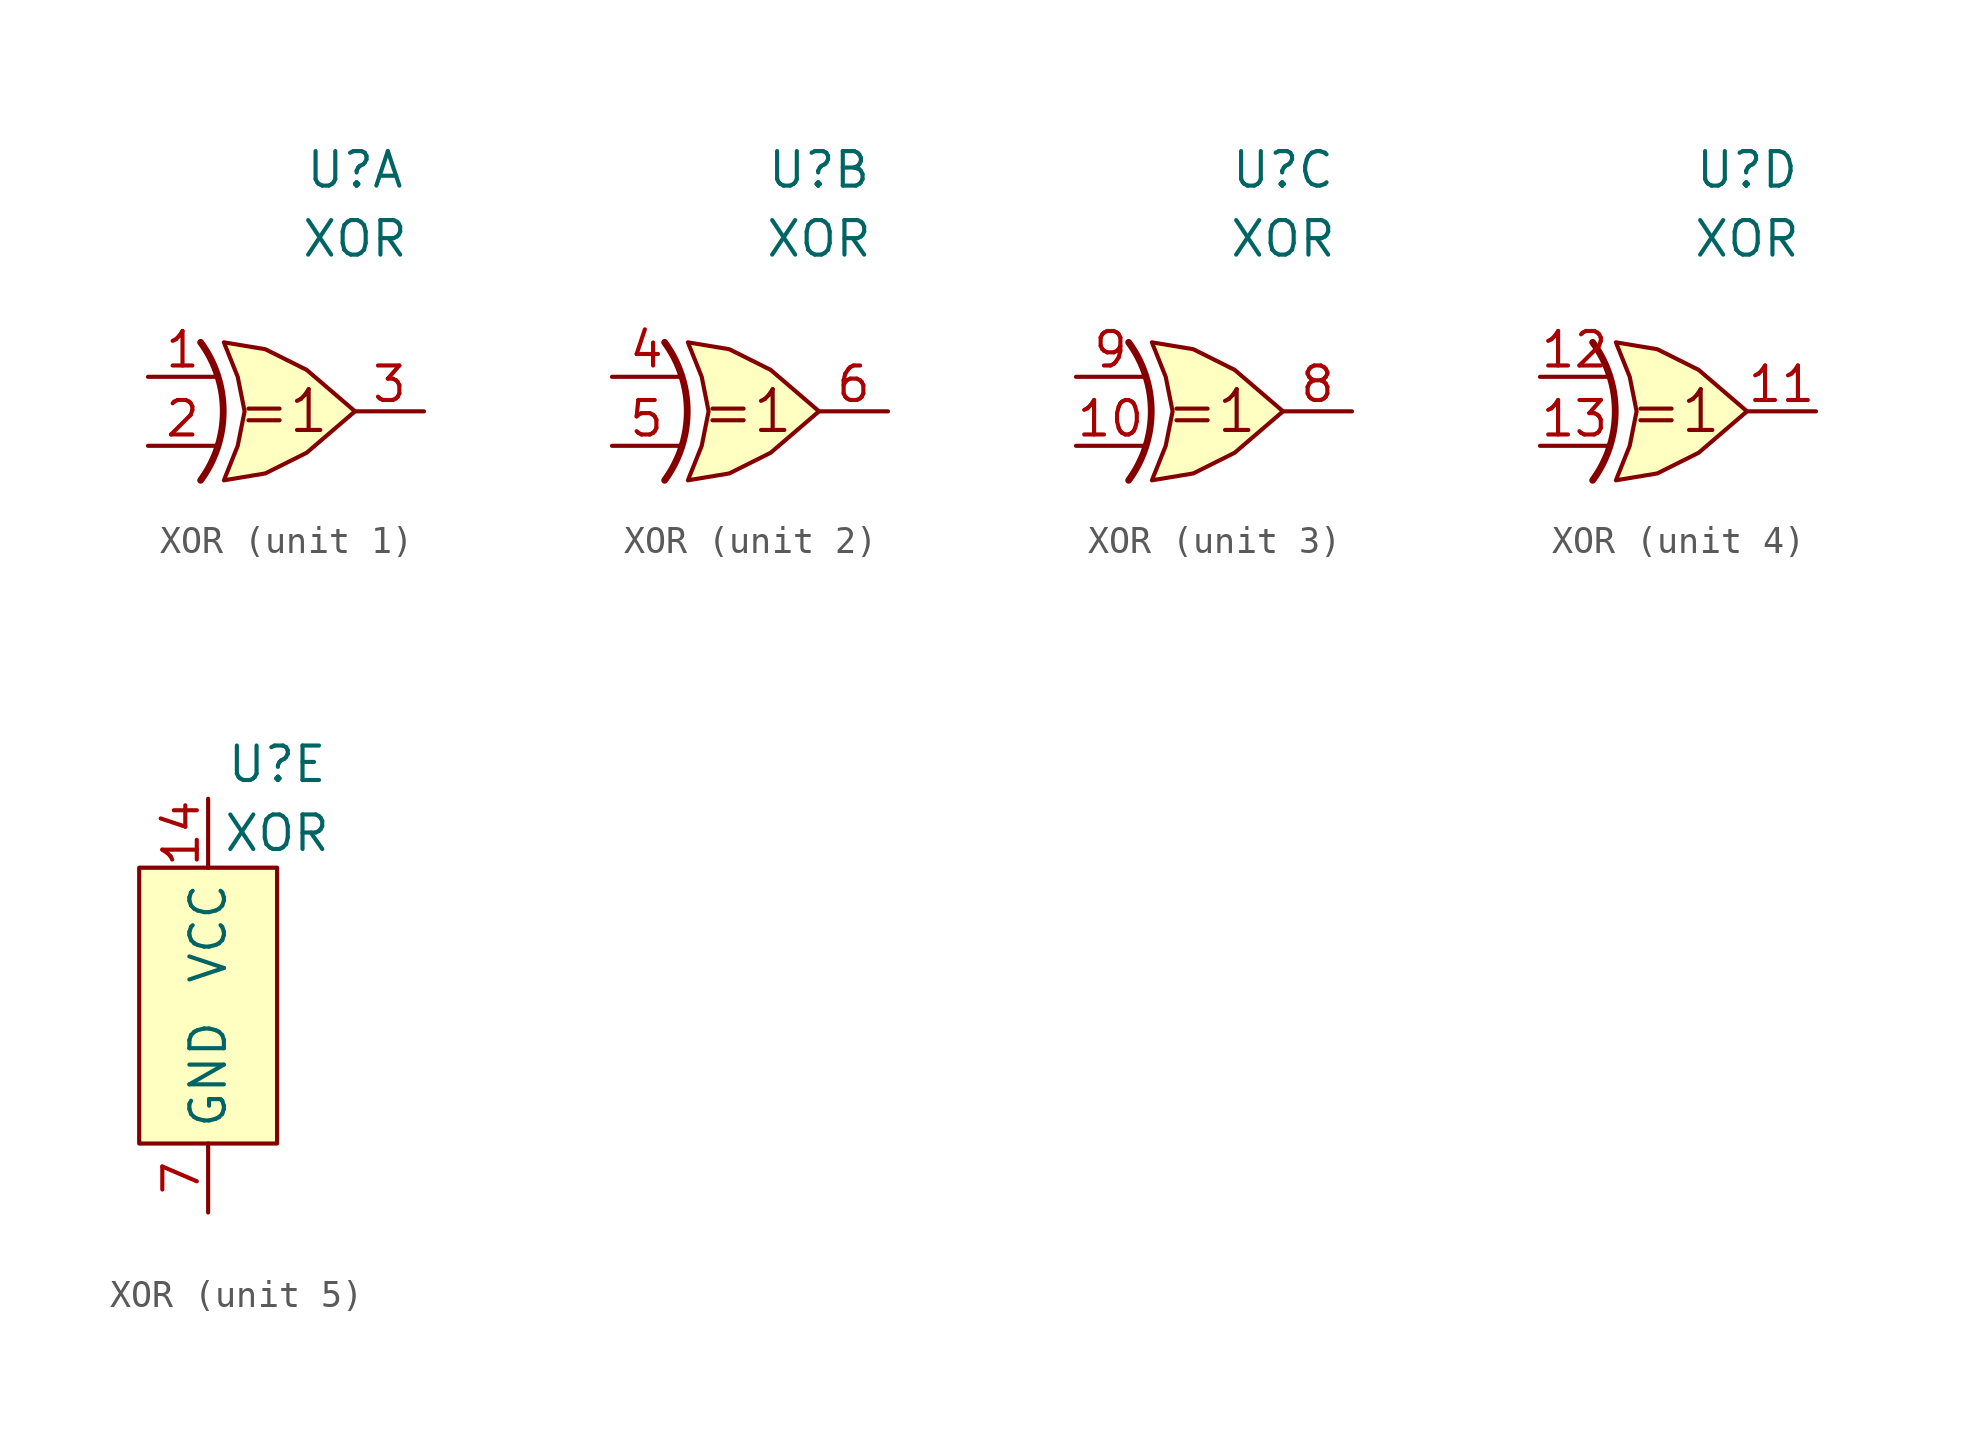
<source format=kicad_sym>
(kicad_symbol_lib
  (version 20220914)
  (generator kicad_symbol_editor)
  (symbol "XOR"
    (property "Reference" "U"
      (at 2.54 8.89 0)
      (effects (font (size 1.27 1.27))))
    (property "Value" "XOR"
      (at 2.54 6.35 0)
      (effects (font (size 1.27 1.27))))
    (property "ki_locked" ""
      (at 0 0 0)
      (effects (font (size 1.27 1.27))))
    (symbol "XOR_1_1"
      (arc (start -3.1425 -2.54) (mid -2.3106 0) (end -3.1425 2.54) (stroke (width 0.25) (type default)) (fill (type none)))
      (polyline (pts (xy -2.286 2.54) (xy -1.778 1.27) (xy -1.524 0) (xy -1.778 -1.27) (xy -2.286 -2.54) (xy -0.762 -2.286) (xy 0.762 -1.524) (xy 2.54 0) (xy 0.762 1.524) (xy -0.762 2.286) (xy -2.286 2.54)) (stroke (width 0) (type default)) (fill (type background)))
      (text "=1" (at -0.095 0 0) (effects (font (size 1.5 1.5))))
      (pin input line (at -5.08 1.27 0) (length 2.54) (name "" (effects (font (size 1.27 1.27)))) (number "1" (effects (font (size 1.27 1.27)))))
      (pin input line (at -5.08 -1.27 0) (length 2.54) (name "" (effects (font (size 1.27 1.27)))) (number "2" (effects (font (size 1.27 1.27)))))
      (pin output line (at 5.08 0 180) (length 2.54) (name "" (effects (font (size 1.27 1.27)))) (number "3" (effects (font (size 1.27 1.27))))))
    (symbol "XOR_2_1"
      (arc (start -3.1423 -2.54) (mid -2.3104 0) (end -3.1423 2.54) (stroke (width 0.25) (type default)) (fill (type none)))
      (polyline (pts (xy -2.286 2.54) (xy -1.778 1.27) (xy -1.524 0) (xy -1.778 -1.27) (xy -2.286 -2.54) (xy -0.762 -2.286) (xy 0.762 -1.524) (xy 2.54 0) (xy 0.762 1.524) (xy -0.762 2.286) (xy -2.286 2.54)) (stroke (width 0) (type default)) (fill (type background)))
      (text "=1" (at -0.094 0 0) (effects (font (size 1.5 1.5))))
      (pin input line (at -5.08 1.27 0) (length 2.54) (name "" (effects (font (size 1.27 1.27)))) (number "4" (effects (font (size 1.27 1.27)))))
      (pin input line (at -5.08 -1.27 0) (length 2.54) (name "" (effects (font (size 1.27 1.27)))) (number "5" (effects (font (size 1.27 1.27)))))
      (pin output line (at 5.08 0 180) (length 2.54) (name "" (effects (font (size 1.27 1.27)))) (number "6" (effects (font (size 1.27 1.27))))))
    (symbol "XOR_3_1"
      (arc (start -3.1423 -2.54) (mid -2.3104 0) (end -3.1423 2.54) (stroke (width 0.25) (type default)) (fill (type none)))
      (polyline (pts (xy -2.286 2.54) (xy -1.778 1.27) (xy -1.524 0) (xy -1.778 -1.27) (xy -2.286 -2.54) (xy -0.762 -2.286) (xy 0.762 -1.524) (xy 2.54 0) (xy 0.762 1.524) (xy -0.762 2.286) (xy -2.286 2.54)) (stroke (width 0) (type default)) (fill (type background)))
      (text "=1" (at -0.094 0 0) (effects (font (size 1.5 1.5))))
      (pin input line (at -5.08 -1.27 0) (length 2.54) (name "" (effects (font (size 1.27 1.27)))) (number "10" (effects (font (size 1.27 1.27)))))
      (pin output line (at 5.08 0 180) (length 2.54) (name "" (effects (font (size 1.27 1.27)))) (number "8" (effects (font (size 1.27 1.27)))))
      (pin input line (at -5.08 1.27 0) (length 2.54) (name "" (effects (font (size 1.27 1.27)))) (number "9" (effects (font (size 1.27 1.27))))))
    (symbol "XOR_4_1"
      (arc (start -3.1423 -2.54) (mid -2.3104 0) (end -3.1423 2.54) (stroke (width 0.25) (type default)) (fill (type none)))
      (polyline (pts (xy -2.286 2.54) (xy -1.778 1.27) (xy -1.524 0) (xy -1.778 -1.27) (xy -2.286 -2.54) (xy -0.762 -2.286) (xy 0.762 -1.524) (xy 2.54 0) (xy 0.762 1.524) (xy -0.762 2.286) (xy -2.286 2.54)) (stroke (width 0) (type default)) (fill (type background)))
      (text "=1" (at -0.094 0 0) (effects (font (size 1.5 1.5))))
      (pin output line (at 5.08 0 180) (length 2.54) (name "" (effects (font (size 1.27 1.27)))) (number "11" (effects (font (size 1.27 1.27)))))
      (pin input line (at -5.08 1.27 0) (length 2.54) (name "" (effects (font (size 1.27 1.27)))) (number "12" (effects (font (size 1.27 1.27)))))
      (pin input line (at -5.08 -1.27 0) (length 2.54) (name "" (effects (font (size 1.27 1.27)))) (number "13" (effects (font (size 1.27 1.27))))))
    (symbol "XOR_5_1"
      (rectangle (start -2.54 5.08) (end 2.54 -5.08) (stroke (width 0) (type default)) (fill (type background)))
      (pin power_in line (at 0 7.62 270) (length 2.54) (name "VCC" (effects (font (size 1.27 1.27)))) (number "14" (effects (font (size 1.27 1.27)))))
      (pin power_in line (at 0 -7.62 90) (length 2.54) (name "GND" (effects (font (size 1.27 1.27)))) (number "7" (effects (font (size 1.27 1.27))))))))
</source>
